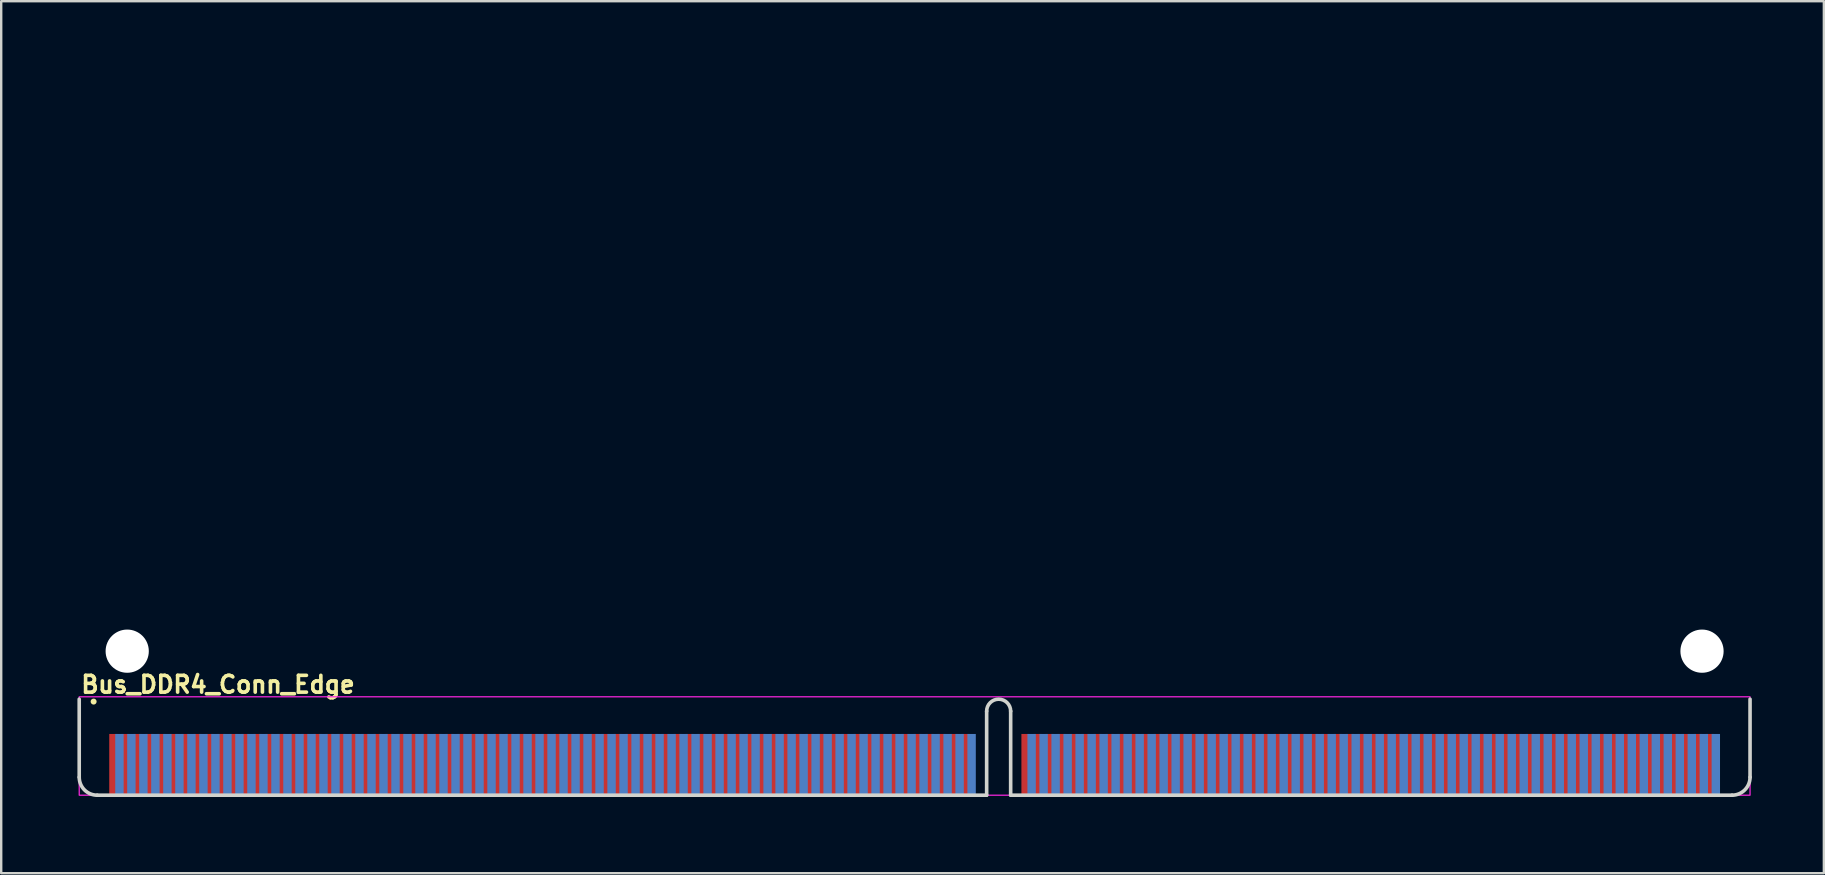
<source format=kicad_pcb>
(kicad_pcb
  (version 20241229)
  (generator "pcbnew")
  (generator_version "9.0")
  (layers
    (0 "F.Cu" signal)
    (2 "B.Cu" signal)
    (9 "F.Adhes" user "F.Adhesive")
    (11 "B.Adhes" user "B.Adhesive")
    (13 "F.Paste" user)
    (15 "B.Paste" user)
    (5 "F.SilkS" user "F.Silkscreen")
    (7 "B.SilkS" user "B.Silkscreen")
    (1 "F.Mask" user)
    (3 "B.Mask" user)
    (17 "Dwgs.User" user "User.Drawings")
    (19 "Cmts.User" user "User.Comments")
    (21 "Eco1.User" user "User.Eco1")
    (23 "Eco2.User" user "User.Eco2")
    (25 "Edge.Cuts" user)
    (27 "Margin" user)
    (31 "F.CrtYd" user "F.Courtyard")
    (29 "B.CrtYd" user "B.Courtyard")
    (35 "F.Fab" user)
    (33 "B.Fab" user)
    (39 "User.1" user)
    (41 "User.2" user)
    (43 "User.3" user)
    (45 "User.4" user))
  (footprint "Bus_DDR4_Conn_Edge"
    (layer "F.Cu")
    (at 0.25 30.075)
    (property "Reference" "Bus_DDR4_Conn_Edge" (at 0 -4.2 0) (layer "F.SilkS") (effects (font (size 0.7 0.7) (thickness 0.15)) (justify left bottom)))
    (attr exclude_from_pos_files exclude_from_bom)
    (fp_circle (center 0.6 -3.9) (end 0.65 -3.9) (stroke (width 0.15) (type solid)) (fill yes) (layer "F.SilkS"))
    (fp_line (start 0 -0.75) (end 0 -4) (stroke (width 0.15) (type solid)) (layer "Edge.Cuts"))
    (fp_line (start 0.75 0) (end 37.8 0) (stroke (width 0.15) (type solid)) (layer "Edge.Cuts"))
    (fp_line (start 37.8 0) (end 37.8 -3.5) (stroke (width 0.15) (type solid)) (layer "Edge.Cuts"))
    (fp_line (start 38.8 0) (end 38.8 -3.5) (stroke (width 0.15) (type solid)) (layer "Edge.Cuts"))
    (fp_line (start 38.8 0) (end 68.85 0) (stroke (width 0.15) (type solid)) (layer "Edge.Cuts"))
    (fp_line (start 69.6 -0.75) (end 69.6 -4) (stroke (width 0.15) (type solid)) (layer "Edge.Cuts"))
    (fp_arc (start 0.75 0) (mid 0.21967 -0.21967) (end 0 -0.75) (stroke (width 0.15) (type solid)) (layer "Edge.Cuts"))
    (fp_arc (start 37.8 -3.5) (mid 38.3 -4) (end 38.8 -3.5) (stroke (width 0.15) (type solid)) (layer "Edge.Cuts"))
    (fp_arc (start 69.6 -0.75) (mid 69.38033 -0.21967) (end 68.85 0) (stroke (width 0.15) (type solid)) (layer "Edge.Cuts"))
    (fp_rect (start 0 -4.1) (end 69.6 0) (stroke (width 0.05) (type solid)) (fill no) (layer "F.CrtYd"))
    (fp_rect (start 0 -30) (end 69.599 0) (stroke (width 0.15) (type solid)) (fill no) (layer "User.5"))
    (fp_line (start 0 -22) (end 0 -29.25) (stroke (width 0.15) (type solid)) (layer "User.9"))
    (fp_line (start 0 -18) (end 1.1 -18) (stroke (width 0.15) (type solid)) (layer "User.9"))
    (fp_line (start 0 -0.75) (end 0 -18) (stroke (width 0.15) (type solid)) (layer "User.9"))
    (fp_line (start 0.749 -30) (end 35.299 -30) (stroke (width 0.15) (type solid)) (layer "User.9"))
    (fp_line (start 0.749 0) (end 37.799 0) (stroke (width 0.15) (type solid)) (layer "User.9"))
    (fp_line (start 1.1 -22) (end 0 -22) (stroke (width 0.15) (type solid)) (layer "User.9"))
    (fp_line (start 1.749 -18.65) (end 1.749 -21.351) (stroke (width 0.15) (type solid)) (layer "User.9"))
    (fp_line (start 37.799 0) (end 37.799 -3.5) (stroke (width 0.15) (type solid)) (layer "User.9"))
    (fp_line (start 38.799 0) (end 38.799 -3.5) (stroke (width 0.15) (type solid)) (layer "User.9"))
    (fp_line (start 38.799 0) (end 68.849 0) (stroke (width 0.15) (type solid)) (layer "User.9"))
    (fp_line (start 41.299 -30) (end 68.851 -30) (stroke (width 0.15) (type solid)) (layer "User.9"))
    (fp_line (start 67.849 -18.65) (end 67.849 -21.351) (stroke (width 0.15) (type solid)) (layer "User.9"))
    (fp_line (start 68.499 -18) (end 69.599 -18) (stroke (width 0.15) (type solid)) (layer "User.9"))
    (fp_line (start 69.599 -22) (end 68.499 -22) (stroke (width 0.15) (type solid)) (layer "User.9"))
    (fp_line (start 69.599 -22) (end 69.6 -29.25) (stroke (width 0.15) (type solid)) (layer "User.9"))
    (fp_line (start 69.599 -0.75) (end 69.599 -18) (stroke (width 0.15) (type solid)) (layer "User.9"))
    (fp_arc (start 0 -29.25) (mid 0.219 -29.781) (end 0.749 -30) (stroke (width 0.15) (type solid)) (layer "User.9"))
    (fp_arc (start 0.749 0) (mid 0.219 -0.22) (end 0 -0.75) (stroke (width 0.15) (type solid)) (layer "User.9"))
    (fp_arc (start 1.1 -22) (mid 1.559 -21.81) (end 1.749 -21.351) (stroke (width 0.15) (type solid)) (layer "User.9"))
    (fp_arc (start 1.749 -18.65) (mid 1.559 -18.191) (end 1.1 -18) (stroke (width 0.15) (type solid)) (layer "User.9"))
    (fp_arc (start 37.799 -3.5) (mid 38.299 -4) (end 38.799 -3.5) (stroke (width 0.15) (type solid)) (layer "User.9"))
    (fp_arc (start 67.849 -21.351) (mid 68.04 -21.81) (end 68.499 -22) (stroke (width 0.15) (type solid)) (layer "User.9"))
    (fp_arc (start 68.499 -18) (mid 68.04 -18.191) (end 67.849 -18.65) (stroke (width 0.15) (type solid)) (layer "User.9"))
    (fp_arc (start 68.851 -30) (mid 69.38 -29.78) (end 69.6 -29.25) (stroke (width 0.15) (type solid)) (layer "User.9"))
    (fp_arc (start 69.599 -0.75) (mid 69.38 -0.22) (end 68.849 0) (stroke (width 0.15) (type solid)) (layer "User.9"))
    (pad "" np_thru_hole circle (at 1.999 -6) (size 1.8 1.8) (drill 1.8) (layers "*.Cu" "*.Mask"))
    (pad "" np_thru_hole circle (at 67.599 -6) (size 1.8 1.8) (drill 1.8) (layers "*.Cu" "*.Mask"))
    (pad "1" smd rect (at 1.425 -1.301) (size 0.35 2.5) (layers "F.Cu" "F.Mask"))
    (pad "2" smd rect (at 1.675 -1.301) (size 0.35 2.5) (layers "B.Cu" "B.Mask"))
    (pad "3" smd rect (at 1.925 -1.301) (size 0.35 2.5) (layers "F.Cu" "F.Mask"))
    (pad "4" smd rect (at 2.173 -1.301) (size 0.35 2.5) (layers "B.Cu" "B.Mask"))
    (pad "5" smd rect (at 2.423 -1.301) (size 0.35 2.5) (layers "F.Cu" "F.Mask"))
    (pad "6" smd rect (at 2.673 -1.301) (size 0.35 2.5) (layers "B.Cu" "B.Mask"))
    (pad "7" smd rect (at 2.923 -1.301) (size 0.35 2.5) (layers "F.Cu" "F.Mask"))
    (pad "8" smd rect (at 3.173 -1.301) (size 0.35 2.5) (layers "B.Cu" "B.Mask"))
    (pad "9" smd rect (at 3.423 -1.301) (size 0.35 2.5) (layers "F.Cu" "F.Mask"))
    (pad "10" smd rect (at 3.673 -1.301) (size 0.35 2.5) (layers "B.Cu" "B.Mask"))
    (pad "11" smd rect (at 3.923 -1.301) (size 0.35 2.5) (layers "F.Cu" "F.Mask"))
    (pad "12" smd rect (at 4.174 -1.301) (size 0.35 2.5) (layers "B.Cu" "B.Mask"))
    (pad "13" smd rect (at 4.424 -1.301) (size 0.35 2.5) (layers "F.Cu" "F.Mask"))
    (pad "14" smd rect (at 4.674 -1.301) (size 0.35 2.5) (layers "B.Cu" "B.Mask"))
    (pad "15" smd rect (at 4.924 -1.301) (size 0.35 2.5) (layers "F.Cu" "F.Mask"))
    (pad "16" smd rect (at 5.174 -1.301) (size 0.35 2.5) (layers "B.Cu" "B.Mask"))
    (pad "17" smd rect (at 5.424 -1.301) (size 0.35 2.5) (layers "F.Cu" "F.Mask"))
    (pad "18" smd rect (at 5.674 -1.301) (size 0.35 2.5) (layers "B.Cu" "B.Mask"))
    (pad "19" smd rect (at 5.924 -1.301) (size 0.35 2.5) (layers "F.Cu" "F.Mask"))
    (pad "20" smd rect (at 6.174 -1.301) (size 0.35 2.5) (layers "B.Cu" "B.Mask"))
    (pad "21" smd rect (at 6.424 -1.301) (size 0.35 2.5) (layers "F.Cu" "F.Mask"))
    (pad "22" smd rect (at 6.674 -1.301) (size 0.35 2.5) (layers "B.Cu" "B.Mask"))
    (pad "23" smd rect (at 6.924 -1.301) (size 0.35 2.5) (layers "F.Cu" "F.Mask"))
    (pad "24" smd rect (at 7.174 -1.301) (size 0.35 2.5) (layers "B.Cu" "B.Mask"))
    (pad "25" smd rect (at 7.424 -1.301) (size 0.35 2.5) (layers "F.Cu" "F.Mask"))
    (pad "26" smd rect (at 7.674 -1.301) (size 0.35 2.5) (layers "B.Cu" "B.Mask"))
    (pad "27" smd rect (at 7.924 -1.301) (size 0.35 2.5) (layers "F.Cu" "F.Mask"))
    (pad "28" smd rect (at 8.175 -1.301) (size 0.35 2.5) (layers "B.Cu" "B.Mask"))
    (pad "29" smd rect (at 8.425 -1.301) (size 0.35 2.5) (layers "F.Cu" "F.Mask"))
    (pad "30" smd rect (at 8.675 -1.301) (size 0.35 2.5) (layers "B.Cu" "B.Mask"))
    (pad "31" smd rect (at 8.925 -1.301) (size 0.35 2.5) (layers "F.Cu" "F.Mask"))
    (pad "32" smd rect (at 9.175 -1.301) (size 0.35 2.5) (layers "B.Cu" "B.Mask"))
    (pad "33" smd rect (at 9.425 -1.301) (size 0.35 2.5) (layers "F.Cu" "F.Mask"))
    (pad "34" smd rect (at 9.675 -1.301) (size 0.35 2.5) (layers "B.Cu" "B.Mask"))
    (pad "35" smd rect (at 9.925 -1.301) (size 0.35 2.5) (layers "F.Cu" "F.Mask"))
    (pad "36" smd rect (at 10.175 -1.301) (size 0.35 2.5) (layers "B.Cu" "B.Mask"))
    (pad "37" smd rect (at 10.425 -1.301) (size 0.35 2.5) (layers "F.Cu" "F.Mask"))
    (pad "38" smd rect (at 10.675 -1.301) (size 0.35 2.5) (layers "B.Cu" "B.Mask"))
    (pad "39" smd rect (at 10.925 -1.301) (size 0.35 2.5) (layers "F.Cu" "F.Mask"))
    (pad "40" smd rect (at 11.175 -1.301) (size 0.35 2.5) (layers "B.Cu" "B.Mask"))
    (pad "41" smd rect (at 11.425 -1.301) (size 0.35 2.5) (layers "F.Cu" "F.Mask"))
    (pad "42" smd rect (at 11.675 -1.301) (size 0.35 2.5) (layers "B.Cu" "B.Mask"))
    (pad "43" smd rect (at 11.925 -1.301) (size 0.35 2.5) (layers "F.Cu" "F.Mask"))
    (pad "44" smd rect (at 12.175 -1.301) (size 0.35 2.5) (layers "B.Cu" "B.Mask"))
    (pad "45" smd rect (at 12.425 -1.301) (size 0.35 2.5) (layers "F.Cu" "F.Mask"))
    (pad "46" smd rect (at 12.675 -1.301) (size 0.35 2.5) (layers "B.Cu" "B.Mask"))
    (pad "47" smd rect (at 12.925 -1.301) (size 0.35 2.5) (layers "F.Cu" "F.Mask"))
    (pad "48" smd rect (at 13.175 -1.301) (size 0.35 2.5) (layers "B.Cu" "B.Mask"))
    (pad "49" smd rect (at 13.425 -1.301) (size 0.35 2.5) (layers "F.Cu" "F.Mask"))
    (pad "50" smd rect (at 13.675 -1.301) (size 0.35 2.5) (layers "B.Cu" "B.Mask"))
    (pad "51" smd rect (at 13.925 -1.301) (size 0.35 2.5) (layers "F.Cu" "F.Mask"))
    (pad "52" smd rect (at 14.175 -1.301) (size 0.35 2.5) (layers "B.Cu" "B.Mask"))
    (pad "53" smd rect (at 14.425 -1.301) (size 0.35 2.5) (layers "F.Cu" "F.Mask"))
    (pad "54" smd rect (at 14.675 -1.301) (size 0.35 2.5) (layers "B.Cu" "B.Mask"))
    (pad "55" smd rect (at 14.925 -1.301) (size 0.35 2.5) (layers "F.Cu" "F.Mask"))
    (pad "56" smd rect (at 15.175 -1.301) (size 0.35 2.5) (layers "B.Cu" "B.Mask"))
    (pad "57" smd rect (at 15.425 -1.301) (size 0.35 2.5) (layers "F.Cu" "F.Mask"))
    (pad "58" smd rect (at 15.675 -1.301) (size 0.35 2.5) (layers "B.Cu" "B.Mask"))
    (pad "59" smd rect (at 15.925 -1.301) (size 0.35 2.5) (layers "F.Cu" "F.Mask"))
    (pad "60" smd rect (at 16.175 -1.301) (size 0.35 2.5) (layers "B.Cu" "B.Mask"))
    (pad "61" smd rect (at 16.425 -1.301) (size 0.35 2.5) (layers "F.Cu" "F.Mask"))
    (pad "62" smd rect (at 16.675 -1.301) (size 0.35 2.5) (layers "B.Cu" "B.Mask"))
    (pad "63" smd rect (at 16.925 -1.301) (size 0.35 2.5) (layers "F.Cu" "F.Mask"))
    (pad "64" smd rect (at 17.175 -1.301) (size 0.35 2.5) (layers "B.Cu" "B.Mask"))
    (pad "65" smd rect (at 17.425 -1.301) (size 0.35 2.5) (layers "F.Cu" "F.Mask"))
    (pad "66" smd rect (at 17.675 -1.301) (size 0.35 2.5) (layers "B.Cu" "B.Mask"))
    (pad "67" smd rect (at 17.925 -1.301) (size 0.35 2.5) (layers "F.Cu" "F.Mask"))
    (pad "68" smd rect (at 18.175 -1.301) (size 0.35 2.5) (layers "B.Cu" "B.Mask"))
    (pad "69" smd rect (at 18.425 -1.301) (size 0.35 2.5) (layers "F.Cu" "F.Mask"))
    (pad "70" smd rect (at 18.675 -1.301) (size 0.35 2.5) (layers "B.Cu" "B.Mask"))
    (pad "71" smd rect (at 18.925 -1.301) (size 0.35 2.5) (layers "F.Cu" "F.Mask"))
    (pad "72" smd rect (at 19.175 -1.301) (size 0.35 2.5) (layers "B.Cu" "B.Mask"))
    (pad "73" smd rect (at 19.425 -1.301) (size 0.35 2.5) (layers "F.Cu" "F.Mask"))
    (pad "74" smd rect (at 19.675 -1.301) (size 0.35 2.5) (layers "B.Cu" "B.Mask"))
    (pad "75" smd rect (at 19.925 -1.301) (size 0.35 2.5) (layers "F.Cu" "F.Mask"))
    (pad "76" smd rect (at 20.175 -1.301) (size 0.35 2.5) (layers "B.Cu" "B.Mask"))
    (pad "77" smd rect (at 20.425 -1.301) (size 0.35 2.5) (layers "F.Cu" "F.Mask"))
    (pad "78" smd rect (at 20.675 -1.301) (size 0.35 2.5) (layers "B.Cu" "B.Mask"))
    (pad "79" smd rect (at 20.925 -1.301) (size 0.35 2.5) (layers "F.Cu" "F.Mask"))
    (pad "80" smd rect (at 21.175 -1.301) (size 0.35 2.5) (layers "B.Cu" "B.Mask"))
    (pad "81" smd rect (at 21.425 -1.301) (size 0.35 2.5) (layers "F.Cu" "F.Mask"))
    (pad "82" smd rect (at 21.675 -1.301) (size 0.35 2.5) (layers "B.Cu" "B.Mask"))
    (pad "83" smd rect (at 21.925 -1.301) (size 0.35 2.5) (layers "F.Cu" "F.Mask"))
    (pad "84" smd rect (at 22.175 -1.301) (size 0.35 2.5) (layers "B.Cu" "B.Mask"))
    (pad "85" smd rect (at 22.425 -1.301) (size 0.35 2.5) (layers "F.Cu" "F.Mask"))
    (pad "86" smd rect (at 22.675 -1.301) (size 0.35 2.5) (layers "B.Cu" "B.Mask"))
    (pad "87" smd rect (at 22.925 -1.301) (size 0.35 2.5) (layers "F.Cu" "F.Mask"))
    (pad "88" smd rect (at 23.175 -1.301) (size 0.35 2.5) (layers "B.Cu" "B.Mask"))
    (pad "89" smd rect (at 23.425 -1.301) (size 0.35 2.5) (layers "F.Cu" "F.Mask"))
    (pad "90" smd rect (at 23.675 -1.301) (size 0.35 2.5) (layers "B.Cu" "B.Mask"))
    (pad "91" smd rect (at 23.925 -1.301) (size 0.35 2.5) (layers "F.Cu" "F.Mask"))
    (pad "92" smd rect (at 24.175 -1.301) (size 0.35 2.5) (layers "B.Cu" "B.Mask"))
    (pad "93" smd rect (at 24.425 -1.301) (size 0.35 2.5) (layers "F.Cu" "F.Mask"))
    (pad "94" smd rect (at 24.675 -1.301) (size 0.35 2.5) (layers "B.Cu" "B.Mask"))
    (pad "95" smd rect (at 24.925 -1.301) (size 0.35 2.5) (layers "F.Cu" "F.Mask"))
    (pad "96" smd rect (at 25.175 -1.301) (size 0.35 2.5) (layers "B.Cu" "B.Mask"))
    (pad "97" smd rect (at 25.425 -1.301) (size 0.35 2.5) (layers "F.Cu" "F.Mask"))
    (pad "98" smd rect (at 25.675 -1.301) (size 0.35 2.5) (layers "B.Cu" "B.Mask"))
    (pad "99" smd rect (at 25.925 -1.301) (size 0.35 2.5) (layers "F.Cu" "F.Mask"))
    (pad "100" smd rect (at 26.175 -1.301) (size 0.35 2.5) (layers "B.Cu" "B.Mask"))
    (pad "101" smd rect (at 26.425 -1.301) (size 0.35 2.5) (layers "F.Cu" "F.Mask"))
    (pad "102" smd rect (at 26.675 -1.301) (size 0.35 2.5) (layers "B.Cu" "B.Mask"))
    (pad "103" smd rect (at 26.925 -1.301) (size 0.35 2.5) (layers "F.Cu" "F.Mask"))
    (pad "104" smd rect (at 27.175 -1.301) (size 0.35 2.5) (layers "B.Cu" "B.Mask"))
    (pad "105" smd rect (at 27.425 -1.301) (size 0.35 2.5) (layers "F.Cu" "F.Mask"))
    (pad "106" smd rect (at 27.675 -1.301) (size 0.35 2.5) (layers "B.Cu" "B.Mask"))
    (pad "107" smd rect (at 27.925 -1.301) (size 0.35 2.5) (layers "F.Cu" "F.Mask"))
    (pad "108" smd rect (at 28.175 -1.301) (size 0.35 2.5) (layers "B.Cu" "B.Mask"))
    (pad "109" smd rect (at 28.425 -1.301) (size 0.35 2.5) (layers "F.Cu" "F.Mask"))
    (pad "110" smd rect (at 28.675 -1.301) (size 0.35 2.5) (layers "B.Cu" "B.Mask"))
    (pad "111" smd rect (at 28.925 -1.301) (size 0.35 2.5) (layers "F.Cu" "F.Mask"))
    (pad "112" smd rect (at 29.175 -1.301) (size 0.35 2.5) (layers "B.Cu" "B.Mask"))
    (pad "113" smd rect (at 29.425 -1.301) (size 0.35 2.5) (layers "F.Cu" "F.Mask"))
    (pad "114" smd rect (at 29.675 -1.301) (size 0.35 2.5) (layers "B.Cu" "B.Mask"))
    (pad "115" smd rect (at 29.925 -1.301) (size 0.35 2.5) (layers "F.Cu" "F.Mask"))
    (pad "116" smd rect (at 30.175 -1.301) (size 0.35 2.5) (layers "B.Cu" "B.Mask"))
    (pad "117" smd rect (at 30.425 -1.301) (size 0.35 2.5) (layers "F.Cu" "F.Mask"))
    (pad "118" smd rect (at 30.675 -1.301) (size 0.35 2.5) (layers "B.Cu" "B.Mask"))
    (pad "119" smd rect (at 30.925 -1.301) (size 0.35 2.5) (layers "F.Cu" "F.Mask"))
    (pad "120" smd rect (at 31.175 -1.301) (size 0.35 2.5) (layers "B.Cu" "B.Mask"))
    (pad "121" smd rect (at 31.425 -1.301) (size 0.35 2.5) (layers "F.Cu" "F.Mask"))
    (pad "122" smd rect (at 31.675 -1.301) (size 0.35 2.5) (layers "B.Cu" "B.Mask"))
    (pad "123" smd rect (at 31.925 -1.301) (size 0.35 2.5) (layers "F.Cu" "F.Mask"))
    (pad "124" smd rect (at 32.173 -1.301) (size 0.35 2.5) (layers "B.Cu" "B.Mask"))
    (pad "125" smd rect (at 32.423 -1.301) (size 0.35 2.5) (layers "F.Cu" "F.Mask"))
    (pad "126" smd rect (at 32.673 -1.301) (size 0.35 2.5) (layers "B.Cu" "B.Mask"))
    (pad "127" smd rect (at 32.923 -1.301) (size 0.35 2.5) (layers "F.Cu" "F.Mask"))
    (pad "128" smd rect (at 33.173 -1.301) (size 0.35 2.5) (layers "B.Cu" "B.Mask"))
    (pad "129" smd rect (at 33.423 -1.301) (size 0.35 2.5) (layers "F.Cu" "F.Mask"))
    (pad "130" smd rect (at 33.673 -1.301) (size 0.35 2.5) (layers "B.Cu" "B.Mask"))
    (pad "131" smd rect (at 33.923 -1.301) (size 0.35 2.5) (layers "F.Cu" "F.Mask"))
    (pad "132" smd rect (at 34.173 -1.301) (size 0.35 2.5) (layers "B.Cu" "B.Mask"))
    (pad "133" smd rect (at 34.423 -1.301) (size 0.35 2.5) (layers "F.Cu" "F.Mask"))
    (pad "134" smd rect (at 34.673 -1.301) (size 0.35 2.5) (layers "B.Cu" "B.Mask"))
    (pad "135" smd rect (at 34.923 -1.301) (size 0.35 2.5) (layers "F.Cu" "F.Mask"))
    (pad "136" smd rect (at 35.173 -1.301) (size 0.35 2.5) (layers "B.Cu" "B.Mask"))
    (pad "137" smd rect (at 35.423 -1.301) (size 0.35 2.5) (layers "F.Cu" "F.Mask"))
    (pad "138" smd rect (at 35.673 -1.301) (size 0.35 2.5) (layers "B.Cu" "B.Mask"))
    (pad "139" smd rect (at 35.923 -1.301) (size 0.35 2.5) (layers "F.Cu" "F.Mask"))
    (pad "140" smd rect (at 36.173 -1.301) (size 0.35 2.5) (layers "B.Cu" "B.Mask"))
    (pad "141" smd rect (at 36.423 -1.301) (size 0.35 2.5) (layers "F.Cu" "F.Mask"))
    (pad "142" smd rect (at 36.673 -1.301) (size 0.35 2.5) (layers "B.Cu" "B.Mask"))
    (pad "143" smd rect (at 36.923 -1.301) (size 0.35 2.5) (layers "F.Cu" "F.Mask"))
    (pad "144" smd rect (at 37.173 -1.301) (size 0.35 2.5) (layers "B.Cu" "B.Mask"))
    (pad "145" smd rect (at 39.423 -1.301) (size 0.35 2.5) (layers "F.Cu" "F.Mask"))
    (pad "146" smd rect (at 39.673 -1.301) (size 0.35 2.5) (layers "B.Cu" "B.Mask"))
    (pad "147" smd rect (at 39.923 -1.301) (size 0.35 2.5) (layers "F.Cu" "F.Mask"))
    (pad "148" smd rect (at 40.173 -1.301) (size 0.35 2.5) (layers "B.Cu" "B.Mask"))
    (pad "149" smd rect (at 40.423 -1.301) (size 0.35 2.5) (layers "F.Cu" "F.Mask"))
    (pad "150" smd rect (at 40.673 -1.301) (size 0.35 2.5) (layers "B.Cu" "B.Mask"))
    (pad "151" smd rect (at 40.923 -1.301) (size 0.35 2.5) (layers "F.Cu" "F.Mask"))
    (pad "152" smd rect (at 41.173 -1.301) (size 0.35 2.5) (layers "B.Cu" "B.Mask"))
    (pad "153" smd rect (at 41.423 -1.301) (size 0.35 2.5) (layers "F.Cu" "F.Mask"))
    (pad "154" smd rect (at 41.673 -1.301) (size 0.35 2.5) (layers "B.Cu" "B.Mask"))
    (pad "155" smd rect (at 41.923 -1.301) (size 0.35 2.5) (layers "F.Cu" "F.Mask"))
    (pad "156" smd rect (at 42.173 -1.301) (size 0.35 2.5) (layers "B.Cu" "B.Mask"))
    (pad "157" smd rect (at 42.423 -1.301) (size 0.35 2.5) (layers "F.Cu" "F.Mask"))
    (pad "158" smd rect (at 42.673 -1.301) (size 0.35 2.5) (layers "B.Cu" "B.Mask"))
    (pad "159" smd rect (at 42.923 -1.301) (size 0.35 2.5) (layers "F.Cu" "F.Mask"))
    (pad "160" smd rect (at 43.173 -1.301) (size 0.35 2.5) (layers "B.Cu" "B.Mask"))
    (pad "161" smd rect (at 43.423 -1.301) (size 0.35 2.5) (layers "F.Cu" "F.Mask"))
    (pad "162" smd rect (at 43.673 -1.301) (size 0.35 2.5) (layers "B.Cu" "B.Mask"))
    (pad "163" smd rect (at 43.923 -1.301) (size 0.35 2.5) (layers "F.Cu" "F.Mask"))
    (pad "164" smd rect (at 44.173 -1.301) (size 0.35 2.5) (layers "B.Cu" "B.Mask"))
    (pad "165" smd rect (at 44.423 -1.301) (size 0.35 2.5) (layers "F.Cu" "F.Mask"))
    (pad "166" smd rect (at 44.673 -1.301) (size 0.35 2.5) (layers "B.Cu" "B.Mask"))
    (pad "167" smd rect (at 44.923 -1.301) (size 0.35 2.5) (layers "F.Cu" "F.Mask"))
    (pad "168" smd rect (at 45.173 -1.301) (size 0.35 2.5) (layers "B.Cu" "B.Mask"))
    (pad "169" smd rect (at 45.423 -1.301) (size 0.35 2.5) (layers "F.Cu" "F.Mask"))
    (pad "170" smd rect (at 45.673 -1.301) (size 0.35 2.5) (layers "B.Cu" "B.Mask"))
    (pad "171" smd rect (at 45.923 -1.301) (size 0.35 2.5) (layers "F.Cu" "F.Mask"))
    (pad "172" smd rect (at 46.173 -1.301) (size 0.35 2.5) (layers "B.Cu" "B.Mask"))
    (pad "173" smd rect (at 46.423 -1.301) (size 0.35 2.5) (layers "F.Cu" "F.Mask"))
    (pad "174" smd rect (at 46.673 -1.301) (size 0.35 2.5) (layers "B.Cu" "B.Mask"))
    (pad "175" smd rect (at 46.923 -1.301) (size 0.35 2.5) (layers "F.Cu" "F.Mask"))
    (pad "176" smd rect (at 47.173 -1.301) (size 0.35 2.5) (layers "B.Cu" "B.Mask"))
    (pad "177" smd rect (at 47.423 -1.301) (size 0.35 2.5) (layers "F.Cu" "F.Mask"))
    (pad "178" smd rect (at 47.673 -1.301) (size 0.35 2.5) (layers "B.Cu" "B.Mask"))
    (pad "179" smd rect (at 47.923 -1.301) (size 0.35 2.5) (layers "F.Cu" "F.Mask"))
    (pad "180" smd rect (at 48.173 -1.301) (size 0.35 2.5) (layers "B.Cu" "B.Mask"))
    (pad "181" smd rect (at 48.423 -1.301) (size 0.35 2.5) (layers "F.Cu" "F.Mask"))
    (pad "182" smd rect (at 48.673 -1.301) (size 0.35 2.5) (layers "B.Cu" "B.Mask"))
    (pad "183" smd rect (at 48.923 -1.301) (size 0.35 2.5) (layers "F.Cu" "F.Mask"))
    (pad "184" smd rect (at 49.173 -1.301) (size 0.35 2.5) (layers "B.Cu" "B.Mask"))
    (pad "185" smd rect (at 49.423 -1.301) (size 0.35 2.5) (layers "F.Cu" "F.Mask"))
    (pad "186" smd rect (at 49.673 -1.301) (size 0.35 2.5) (layers "B.Cu" "B.Mask"))
    (pad "187" smd rect (at 49.923 -1.301) (size 0.35 2.5) (layers "F.Cu" "F.Mask"))
    (pad "188" smd rect (at 50.173 -1.301) (size 0.35 2.5) (layers "B.Cu" "B.Mask"))
    (pad "189" smd rect (at 50.423 -1.301) (size 0.35 2.5) (layers "F.Cu" "F.Mask"))
    (pad "190" smd rect (at 50.673 -1.301) (size 0.35 2.5) (layers "B.Cu" "B.Mask"))
    (pad "191" smd rect (at 50.923 -1.301) (size 0.35 2.5) (layers "F.Cu" "F.Mask"))
    (pad "192" smd rect (at 51.173 -1.301) (size 0.35 2.5) (layers "B.Cu" "B.Mask"))
    (pad "193" smd rect (at 51.423 -1.301) (size 0.35 2.5) (layers "F.Cu" "F.Mask"))
    (pad "194" smd rect (at 51.673 -1.301) (size 0.35 2.5) (layers "B.Cu" "B.Mask"))
    (pad "195" smd rect (at 51.923 -1.301) (size 0.35 2.5) (layers "F.Cu" "F.Mask"))
    (pad "196" smd rect (at 52.173 -1.301) (size 0.35 2.5) (layers "B.Cu" "B.Mask"))
    (pad "197" smd rect (at 52.423 -1.301) (size 0.35 2.5) (layers "F.Cu" "F.Mask"))
    (pad "198" smd rect (at 52.673 -1.301) (size 0.35 2.5) (layers "B.Cu" "B.Mask"))
    (pad "199" smd rect (at 52.923 -1.301) (size 0.35 2.5) (layers "F.Cu" "F.Mask"))
    (pad "200" smd rect (at 53.173 -1.301) (size 0.35 2.5) (layers "B.Cu" "B.Mask"))
    (pad "201" smd rect (at 53.423 -1.301) (size 0.35 2.5) (layers "F.Cu" "F.Mask"))
    (pad "202" smd rect (at 53.673 -1.301) (size 0.35 2.5) (layers "B.Cu" "B.Mask"))
    (pad "203" smd rect (at 53.923 -1.301) (size 0.35 2.5) (layers "F.Cu" "F.Mask"))
    (pad "204" smd rect (at 54.173 -1.301) (size 0.35 2.5) (layers "B.Cu" "B.Mask"))
    (pad "205" smd rect (at 54.423 -1.301) (size 0.35 2.5) (layers "F.Cu" "F.Mask"))
    (pad "206" smd rect (at 54.673 -1.301) (size 0.35 2.5) (layers "B.Cu" "B.Mask"))
    (pad "207" smd rect (at 54.923 -1.301) (size 0.35 2.5) (layers "F.Cu" "F.Mask"))
    (pad "208" smd rect (at 55.173 -1.301) (size 0.35 2.5) (layers "B.Cu" "B.Mask"))
    (pad "209" smd rect (at 55.423 -1.301) (size 0.35 2.5) (layers "F.Cu" "F.Mask"))
    (pad "210" smd rect (at 55.673 -1.301) (size 0.35 2.5) (layers "B.Cu" "B.Mask"))
    (pad "211" smd rect (at 55.923 -1.301) (size 0.35 2.5) (layers "F.Cu" "F.Mask"))
    (pad "212" smd rect (at 56.173 -1.301) (size 0.35 2.5) (layers "B.Cu" "B.Mask"))
    (pad "213" smd rect (at 56.423 -1.301) (size 0.35 2.5) (layers "F.Cu" "F.Mask"))
    (pad "214" smd rect (at 56.673 -1.301) (size 0.35 2.5) (layers "B.Cu" "B.Mask"))
    (pad "215" smd rect (at 56.923 -1.301) (size 0.35 2.5) (layers "F.Cu" "F.Mask"))
    (pad "216" smd rect (at 57.173 -1.301) (size 0.35 2.5) (layers "B.Cu" "B.Mask"))
    (pad "217" smd rect (at 57.423 -1.301) (size 0.35 2.5) (layers "F.Cu" "F.Mask"))
    (pad "218" smd rect (at 57.673 -1.301) (size 0.35 2.5) (layers "B.Cu" "B.Mask"))
    (pad "219" smd rect (at 57.923 -1.301) (size 0.35 2.5) (layers "F.Cu" "F.Mask"))
    (pad "220" smd rect (at 58.173 -1.301) (size 0.35 2.5) (layers "B.Cu" "B.Mask"))
    (pad "221" smd rect (at 58.423 -1.301) (size 0.35 2.5) (layers "F.Cu" "F.Mask"))
    (pad "222" smd rect (at 58.673 -1.301) (size 0.35 2.5) (layers "B.Cu" "B.Mask"))
    (pad "223" smd rect (at 58.923 -1.301) (size 0.35 2.5) (layers "F.Cu" "F.Mask"))
    (pad "224" smd rect (at 59.173 -1.301) (size 0.35 2.5) (layers "B.Cu" "B.Mask"))
    (pad "225" smd rect (at 59.423 -1.301) (size 0.35 2.5) (layers "F.Cu" "F.Mask"))
    (pad "226" smd rect (at 59.673 -1.301) (size 0.35 2.5) (layers "B.Cu" "B.Mask"))
    (pad "227" smd rect (at 59.923 -1.301) (size 0.35 2.5) (layers "F.Cu" "F.Mask"))
    (pad "228" smd rect (at 60.173 -1.301) (size 0.35 2.5) (layers "B.Cu" "B.Mask"))
    (pad "229" smd rect (at 60.423 -1.301) (size 0.35 2.5) (layers "F.Cu" "F.Mask"))
    (pad "230" smd rect (at 60.673 -1.301) (size 0.35 2.5) (layers "B.Cu" "B.Mask"))
    (pad "231" smd rect (at 60.923 -1.301) (size 0.35 2.5) (layers "F.Cu" "F.Mask"))
    (pad "232" smd rect (at 61.173 -1.301) (size 0.35 2.5) (layers "B.Cu" "B.Mask"))
    (pad "233" smd rect (at 61.423 -1.301) (size 0.35 2.5) (layers "F.Cu" "F.Mask"))
    (pad "234" smd rect (at 61.673 -1.301) (size 0.35 2.5) (layers "B.Cu" "B.Mask"))
    (pad "235" smd rect (at 61.923 -1.301) (size 0.35 2.5) (layers "F.Cu" "F.Mask"))
    (pad "236" smd rect (at 62.173 -1.301) (size 0.35 2.5) (layers "B.Cu" "B.Mask"))
    (pad "237" smd rect (at 62.423 -1.301) (size 0.35 2.5) (layers "F.Cu" "F.Mask"))
    (pad "238" smd rect (at 62.673 -1.301) (size 0.35 2.5) (layers "B.Cu" "B.Mask"))
    (pad "239" smd rect (at 62.923 -1.301) (size 0.35 2.5) (layers "F.Cu" "F.Mask"))
    (pad "240" smd rect (at 63.173 -1.301) (size 0.35 2.5) (layers "B.Cu" "B.Mask"))
    (pad "241" smd rect (at 63.423 -1.301) (size 0.35 2.5) (layers "F.Cu" "F.Mask"))
    (pad "242" smd rect (at 63.673 -1.301) (size 0.35 2.5) (layers "B.Cu" "B.Mask"))
    (pad "243" smd rect (at 63.923 -1.301) (size 0.35 2.5) (layers "F.Cu" "F.Mask"))
    (pad "244" smd rect (at 64.174 -1.301) (size 0.35 2.5) (layers "B.Cu" "B.Mask"))
    (pad "245" smd rect (at 64.424 -1.301) (size 0.35 2.5) (layers "F.Cu" "F.Mask"))
    (pad "246" smd rect (at 64.674 -1.301) (size 0.35 2.5) (layers "B.Cu" "B.Mask"))
    (pad "247" smd rect (at 64.924 -1.301) (size 0.35 2.5) (layers "F.Cu" "F.Mask"))
    (pad "248" smd rect (at 65.174 -1.301) (size 0.35 2.5) (layers "B.Cu" "B.Mask"))
    (pad "249" smd rect (at 65.424 -1.301) (size 0.35 2.5) (layers "F.Cu" "F.Mask"))
    (pad "250" smd rect (at 65.674 -1.301) (size 0.35 2.5) (layers "B.Cu" "B.Mask"))
    (pad "251" smd rect (at 65.924 -1.301) (size 0.35 2.5) (layers "F.Cu" "F.Mask"))
    (pad "252" smd rect (at 66.174 -1.301) (size 0.35 2.5) (layers "B.Cu" "B.Mask"))
    (pad "253" smd rect (at 66.424 -1.301) (size 0.35 2.5) (layers "F.Cu" "F.Mask"))
    (pad "254" smd rect (at 66.674 -1.301) (size 0.35 2.5) (layers "B.Cu" "B.Mask"))
    (pad "255" smd rect (at 66.924 -1.301) (size 0.35 2.5) (layers "F.Cu" "F.Mask"))
    (pad "256" smd rect (at 67.174 -1.301) (size 0.35 2.5) (layers "B.Cu" "B.Mask"))
    (pad "257" smd rect (at 67.424 -1.301) (size 0.35 2.5) (layers "F.Cu" "F.Mask"))
    (pad "258" smd rect (at 67.674 -1.301) (size 0.35 2.5) (layers "B.Cu" "B.Mask"))
    (pad "259" smd rect (at 67.924 -1.301) (size 0.35 2.5) (layers "F.Cu" "F.Mask"))
    (pad "260" smd rect (at 68.174 -1.301) (size 0.35 2.5) (layers "B.Cu" "B.Mask")))
  (gr_rect
    (start -3 -3)
    (end 72.925 33.325)
    (stroke (width 0.1) (type default))
    (fill no)
    (layer "Edge.Cuts")))
</source>
